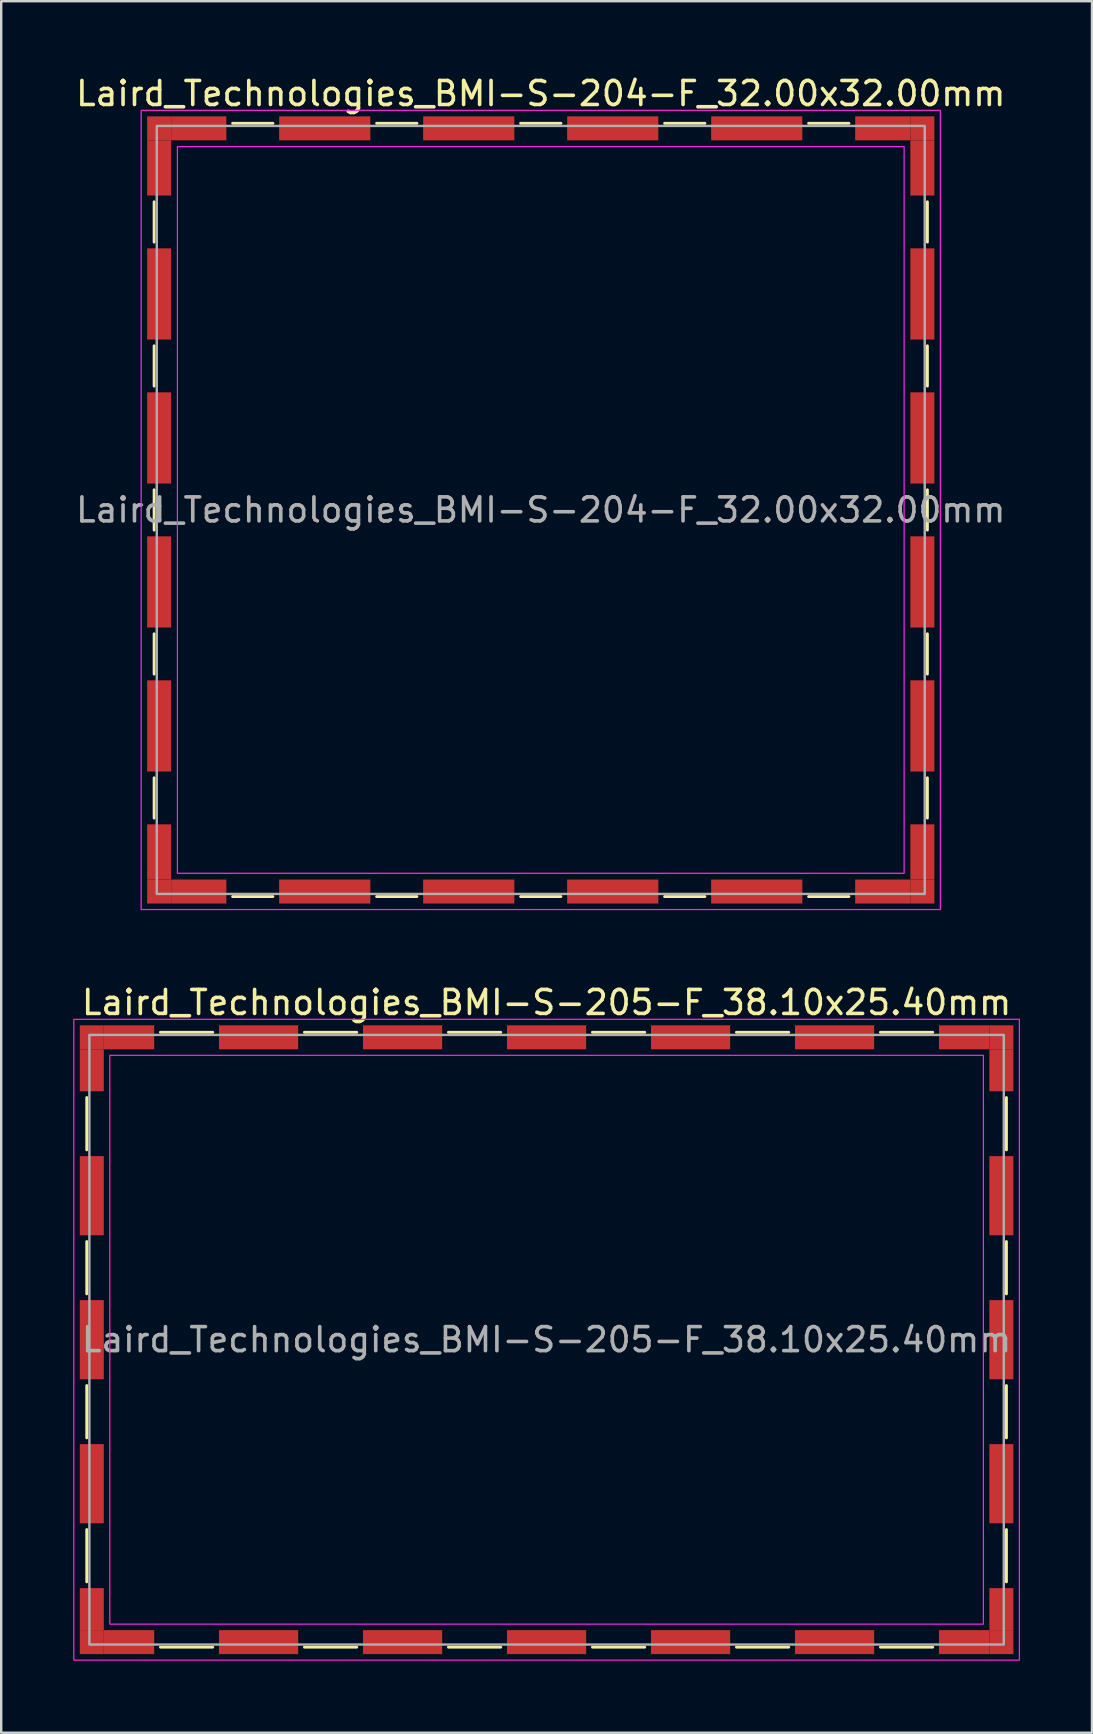
<source format=kicad_pcb>
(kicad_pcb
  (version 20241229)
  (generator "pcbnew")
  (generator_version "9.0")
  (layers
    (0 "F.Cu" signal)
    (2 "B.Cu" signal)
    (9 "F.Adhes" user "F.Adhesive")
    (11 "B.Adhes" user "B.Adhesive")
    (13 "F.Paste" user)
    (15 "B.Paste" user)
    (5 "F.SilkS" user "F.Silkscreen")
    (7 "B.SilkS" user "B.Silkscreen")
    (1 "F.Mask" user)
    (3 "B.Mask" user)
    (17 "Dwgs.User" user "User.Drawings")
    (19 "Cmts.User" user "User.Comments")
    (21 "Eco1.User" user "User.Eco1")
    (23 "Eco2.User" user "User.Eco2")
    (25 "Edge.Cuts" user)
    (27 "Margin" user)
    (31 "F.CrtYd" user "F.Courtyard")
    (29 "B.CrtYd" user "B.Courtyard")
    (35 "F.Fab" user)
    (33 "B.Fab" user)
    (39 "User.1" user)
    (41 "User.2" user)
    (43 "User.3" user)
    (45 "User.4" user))
  (footprint "Laird_Technologies_BMI-S-205-F_38.10x25.40mm"
    (layer "F.Cu")
    (at 19.725 52.772)
    (property "Reference" "Laird_Technologies_BMI-S-205-F_38.10x25.40mm" (at 0 -14.05 0) (layer "F.SilkS") (effects (font (size 1 1) (thickness 0.15))))
    (attr smd)
    (fp_line (start -19.16 -10.09) (end -19.16 -7.91) (stroke (width 0.12) (type solid)) (layer "F.SilkS"))
    (fp_line (start -19.16 -4.09) (end -19.16 -1.91) (stroke (width 0.12) (type solid)) (layer "F.SilkS"))
    (fp_line (start -19.16 1.91) (end -19.16 4.09) (stroke (width 0.12) (type solid)) (layer "F.SilkS"))
    (fp_line (start -19.16 7.91) (end -19.16 10.09) (stroke (width 0.12) (type solid)) (layer "F.SilkS"))
    (fp_line (start -16.09 -12.81) (end -13.91 -12.81) (stroke (width 0.12) (type solid)) (layer "F.SilkS"))
    (fp_line (start -16.09 12.81) (end -13.91 12.81) (stroke (width 0.12) (type solid)) (layer "F.SilkS"))
    (fp_line (start -10.09 -12.81) (end -7.91 -12.81) (stroke (width 0.12) (type solid)) (layer "F.SilkS"))
    (fp_line (start -10.09 12.81) (end -7.91 12.81) (stroke (width 0.12) (type solid)) (layer "F.SilkS"))
    (fp_line (start -4.09 -12.81) (end -1.91 -12.81) (stroke (width 0.12) (type solid)) (layer "F.SilkS"))
    (fp_line (start -4.09 12.81) (end -1.91 12.81) (stroke (width 0.12) (type solid)) (layer "F.SilkS"))
    (fp_line (start 1.91 -12.81) (end 4.09 -12.81) (stroke (width 0.12) (type solid)) (layer "F.SilkS"))
    (fp_line (start 1.91 12.81) (end 4.09 12.81) (stroke (width 0.12) (type solid)) (layer "F.SilkS"))
    (fp_line (start 7.91 -12.81) (end 10.09 -12.81) (stroke (width 0.12) (type solid)) (layer "F.SilkS"))
    (fp_line (start 7.91 12.81) (end 10.09 12.81) (stroke (width 0.12) (type solid)) (layer "F.SilkS"))
    (fp_line (start 13.91 -12.81) (end 16.09 -12.81) (stroke (width 0.12) (type solid)) (layer "F.SilkS"))
    (fp_line (start 13.91 12.81) (end 16.09 12.81) (stroke (width 0.12) (type solid)) (layer "F.SilkS"))
    (fp_line (start 19.16 -10.09) (end 19.16 -7.91) (stroke (width 0.12) (type solid)) (layer "F.SilkS"))
    (fp_line (start 19.16 -4.09) (end 19.16 -1.91) (stroke (width 0.12) (type solid)) (layer "F.SilkS"))
    (fp_line (start 19.16 1.91) (end 19.16 4.09) (stroke (width 0.12) (type solid)) (layer "F.SilkS"))
    (fp_line (start 19.16 7.91) (end 19.16 10.09) (stroke (width 0.12) (type solid)) (layer "F.SilkS"))
    (fp_rect (start -19.7 -13.35) (end 19.7 13.35) (stroke (width 0.05) (type solid)) (fill no) (layer "F.CrtYd"))
    (fp_rect (start -18.2 -11.85) (end 18.2 11.85) (stroke (width 0.05) (type solid)) (fill no) (layer "F.CrtYd"))
    (fp_rect (start -19.05 -12.7) (end 19.05 12.7) (stroke (width 0.1) (type solid)) (fill no) (layer "F.Fab"))
    (fp_text user "${REFERENCE}" (at 0 0 0) (layer "F.Fab") (effects (font (size 1 1) (thickness 0.15))))
    (pad "1" smd rect (at -18.95 -12.6) (size 1 1) (layers "F.Cu" "F.Mask" "F.Paste"))
    (pad "1" smd rect (at -18.95 -11.225) (size 1 1.75) (layers "F.Cu" "F.Mask" "F.Paste"))
    (pad "1" smd rect (at -18.95 -6) (size 1 3.3) (layers "F.Cu" "F.Mask" "F.Paste"))
    (pad "1" smd rect (at -18.95 0) (size 1 3.3) (layers "F.Cu" "F.Mask" "F.Paste"))
    (pad "1" smd rect (at -18.95 6) (size 1 3.3) (layers "F.Cu" "F.Mask" "F.Paste"))
    (pad "1" smd rect (at -18.95 11.225) (size 1 1.75) (layers "F.Cu" "F.Mask" "F.Paste"))
    (pad "1" smd rect (at -18.95 12.6) (size 1 1) (layers "F.Cu" "F.Mask" "F.Paste"))
    (pad "1" smd rect (at -17.4 -12.6) (size 2.1 1) (layers "F.Cu" "F.Mask" "F.Paste"))
    (pad "1" smd rect (at -17.4 12.6) (size 2.1 1) (layers "F.Cu" "F.Mask" "F.Paste"))
    (pad "1" smd rect (at -12 -12.6) (size 3.3 1) (layers "F.Cu" "F.Mask" "F.Paste"))
    (pad "1" smd rect (at -12 12.6) (size 3.3 1) (layers "F.Cu" "F.Mask" "F.Paste"))
    (pad "1" smd rect (at -6 -12.6) (size 3.3 1) (layers "F.Cu" "F.Mask" "F.Paste"))
    (pad "1" smd rect (at -6 12.6) (size 3.3 1) (layers "F.Cu" "F.Mask" "F.Paste"))
    (pad "1" smd rect (at 0 -12.6) (size 3.3 1) (layers "F.Cu" "F.Mask" "F.Paste"))
    (pad "1" smd rect (at 0 12.6) (size 3.3 1) (layers "F.Cu" "F.Mask" "F.Paste"))
    (pad "1" smd rect (at 6 -12.6) (size 3.3 1) (layers "F.Cu" "F.Mask" "F.Paste"))
    (pad "1" smd rect (at 6 12.6) (size 3.3 1) (layers "F.Cu" "F.Mask" "F.Paste"))
    (pad "1" smd rect (at 12 -12.6) (size 3.3 1) (layers "F.Cu" "F.Mask" "F.Paste"))
    (pad "1" smd rect (at 12 12.6) (size 3.3 1) (layers "F.Cu" "F.Mask" "F.Paste"))
    (pad "1" smd rect (at 17.4 -12.6) (size 2.1 1) (layers "F.Cu" "F.Mask" "F.Paste"))
    (pad "1" smd rect (at 17.4 12.6) (size 2.1 1) (layers "F.Cu" "F.Mask" "F.Paste"))
    (pad "1" smd rect (at 18.95 -12.6) (size 1 1) (layers "F.Cu" "F.Mask" "F.Paste"))
    (pad "1" smd rect (at 18.95 -11.225) (size 1 1.75) (layers "F.Cu" "F.Mask" "F.Paste"))
    (pad "1" smd rect (at 18.95 -6) (size 1 3.3) (layers "F.Cu" "F.Mask" "F.Paste"))
    (pad "1" smd rect (at 18.95 0) (size 1 3.3) (layers "F.Cu" "F.Mask" "F.Paste"))
    (pad "1" smd rect (at 18.95 6) (size 1 3.3) (layers "F.Cu" "F.Mask" "F.Paste"))
    (pad "1" smd rect (at 18.95 11.225) (size 1 1.75) (layers "F.Cu" "F.Mask" "F.Paste"))
    (pad "1" smd rect (at 18.95 12.6) (size 1 1) (layers "F.Cu" "F.Mask" "F.Paste")))
  (footprint "Laird_Technologies_BMI-S-204-F_32.00x32.00mm"
    (layer "F.Cu")
    (at 19.482 18.198)
    (property "Reference" "Laird_Technologies_BMI-S-204-F_32.00x32.00mm" (at 0 -17.35 0) (layer "F.SilkS") (effects (font (size 1 1) (thickness 0.15))))
    (attr smd)
    (fp_line (start -16.11 -12.84) (end -16.11 -11.16) (stroke (width 0.12) (type solid)) (layer "F.SilkS"))
    (fp_line (start -16.11 -6.84) (end -16.11 -5.16) (stroke (width 0.12) (type solid)) (layer "F.SilkS"))
    (fp_line (start -16.11 -0.84) (end -16.11 0.84) (stroke (width 0.12) (type solid)) (layer "F.SilkS"))
    (fp_line (start -16.11 5.16) (end -16.11 6.84) (stroke (width 0.12) (type solid)) (layer "F.SilkS"))
    (fp_line (start -16.11 11.16) (end -16.11 12.84) (stroke (width 0.12) (type solid)) (layer "F.SilkS"))
    (fp_line (start -12.84 -16.11) (end -11.16 -16.11) (stroke (width 0.12) (type solid)) (layer "F.SilkS"))
    (fp_line (start -12.84 16.11) (end -11.16 16.11) (stroke (width 0.12) (type solid)) (layer "F.SilkS"))
    (fp_line (start -6.84 -16.11) (end -5.16 -16.11) (stroke (width 0.12) (type solid)) (layer "F.SilkS"))
    (fp_line (start -6.84 16.11) (end -5.16 16.11) (stroke (width 0.12) (type solid)) (layer "F.SilkS"))
    (fp_line (start -0.84 -16.11) (end 0.84 -16.11) (stroke (width 0.12) (type solid)) (layer "F.SilkS"))
    (fp_line (start -0.84 16.11) (end 0.84 16.11) (stroke (width 0.12) (type solid)) (layer "F.SilkS"))
    (fp_line (start 5.16 -16.11) (end 6.84 -16.11) (stroke (width 0.12) (type solid)) (layer "F.SilkS"))
    (fp_line (start 5.16 16.11) (end 6.84 16.11) (stroke (width 0.12) (type solid)) (layer "F.SilkS"))
    (fp_line (start 11.16 -16.11) (end 12.84 -16.11) (stroke (width 0.12) (type solid)) (layer "F.SilkS"))
    (fp_line (start 11.16 16.11) (end 12.84 16.11) (stroke (width 0.12) (type solid)) (layer "F.SilkS"))
    (fp_line (start 16.11 -12.84) (end 16.11 -11.16) (stroke (width 0.12) (type solid)) (layer "F.SilkS"))
    (fp_line (start 16.11 -6.84) (end 16.11 -5.16) (stroke (width 0.12) (type solid)) (layer "F.SilkS"))
    (fp_line (start 16.11 -0.84) (end 16.11 0.84) (stroke (width 0.12) (type solid)) (layer "F.SilkS"))
    (fp_line (start 16.11 5.16) (end 16.11 6.84) (stroke (width 0.12) (type solid)) (layer "F.SilkS"))
    (fp_line (start 16.11 11.16) (end 16.11 12.84) (stroke (width 0.12) (type solid)) (layer "F.SilkS"))
    (fp_rect (start -16.65 -16.65) (end 16.65 16.65) (stroke (width 0.05) (type solid)) (fill no) (layer "F.CrtYd"))
    (fp_rect (start -15.14 -15.14) (end 15.14 15.14) (stroke (width 0.05) (type solid)) (fill no) (layer "F.CrtYd"))
    (fp_rect (start -16 -16) (end 16 16) (stroke (width 0.1) (type solid)) (fill no) (layer "F.Fab"))
    (fp_text user "${REFERENCE}" (at 0 0 0) (layer "F.Fab") (effects (font (size 1 1) (thickness 0.15))))
    (pad "1" smd rect (at -15.9 -15.9) (size 1 1) (layers "F.Cu" "F.Mask" "F.Paste"))
    (pad "1" smd rect (at -15.9 -14.25) (size 1 2.3) (layers "F.Cu" "F.Mask" "F.Paste"))
    (pad "1" smd rect (at -15.9 -9) (size 1 3.8) (layers "F.Cu" "F.Mask" "F.Paste"))
    (pad "1" smd rect (at -15.9 -3) (size 1 3.8) (layers "F.Cu" "F.Mask" "F.Paste"))
    (pad "1" smd rect (at -15.9 3) (size 1 3.8) (layers "F.Cu" "F.Mask" "F.Paste"))
    (pad "1" smd rect (at -15.9 9) (size 1 3.8) (layers "F.Cu" "F.Mask" "F.Paste"))
    (pad "1" smd rect (at -15.9 14.25) (size 1 2.3) (layers "F.Cu" "F.Mask" "F.Paste"))
    (pad "1" smd rect (at -15.9 15.9) (size 1 1) (layers "F.Cu" "F.Mask" "F.Paste"))
    (pad "1" smd rect (at -14.25 -15.9) (size 2.3 1) (layers "F.Cu" "F.Mask" "F.Paste"))
    (pad "1" smd rect (at -14.25 15.9) (size 2.3 1) (layers "F.Cu" "F.Mask" "F.Paste"))
    (pad "1" smd rect (at -9 -15.9) (size 3.8 1) (layers "F.Cu" "F.Mask" "F.Paste"))
    (pad "1" smd rect (at -9 15.9) (size 3.8 1) (layers "F.Cu" "F.Mask" "F.Paste"))
    (pad "1" smd rect (at -3 -15.9) (size 3.8 1) (layers "F.Cu" "F.Mask" "F.Paste"))
    (pad "1" smd rect (at -3 15.9) (size 3.8 1) (layers "F.Cu" "F.Mask" "F.Paste"))
    (pad "1" smd rect (at 3 -15.9) (size 3.8 1) (layers "F.Cu" "F.Mask" "F.Paste"))
    (pad "1" smd rect (at 3 15.9) (size 3.8 1) (layers "F.Cu" "F.Mask" "F.Paste"))
    (pad "1" smd rect (at 9 -15.9) (size 3.8 1) (layers "F.Cu" "F.Mask" "F.Paste"))
    (pad "1" smd rect (at 9 15.9) (size 3.8 1) (layers "F.Cu" "F.Mask" "F.Paste"))
    (pad "1" smd rect (at 14.25 -15.9) (size 2.3 1) (layers "F.Cu" "F.Mask" "F.Paste"))
    (pad "1" smd rect (at 14.25 15.9) (size 2.3 1) (layers "F.Cu" "F.Mask" "F.Paste"))
    (pad "1" smd rect (at 15.9 -15.9) (size 1 1) (layers "F.Cu" "F.Mask" "F.Paste"))
    (pad "1" smd rect (at 15.9 -14.25) (size 1 2.3) (layers "F.Cu" "F.Mask" "F.Paste"))
    (pad "1" smd rect (at 15.9 -9) (size 1 3.8) (layers "F.Cu" "F.Mask" "F.Paste"))
    (pad "1" smd rect (at 15.9 -3) (size 1 3.8) (layers "F.Cu" "F.Mask" "F.Paste"))
    (pad "1" smd rect (at 15.9 3) (size 1 3.8) (layers "F.Cu" "F.Mask" "F.Paste"))
    (pad "1" smd rect (at 15.9 9) (size 1 3.8) (layers "F.Cu" "F.Mask" "F.Paste"))
    (pad "1" smd rect (at 15.9 14.25) (size 1 2.3) (layers "F.Cu" "F.Mask" "F.Paste"))
    (pad "1" smd rect (at 15.9 15.9) (size 1 1) (layers "F.Cu" "F.Mask" "F.Paste")))
  (gr_rect
    (start -3 -3)
    (end 42.45 69.147)
    (stroke (width 0.1) (type default))
    (fill no)
    (layer "Edge.Cuts")))
</source>
